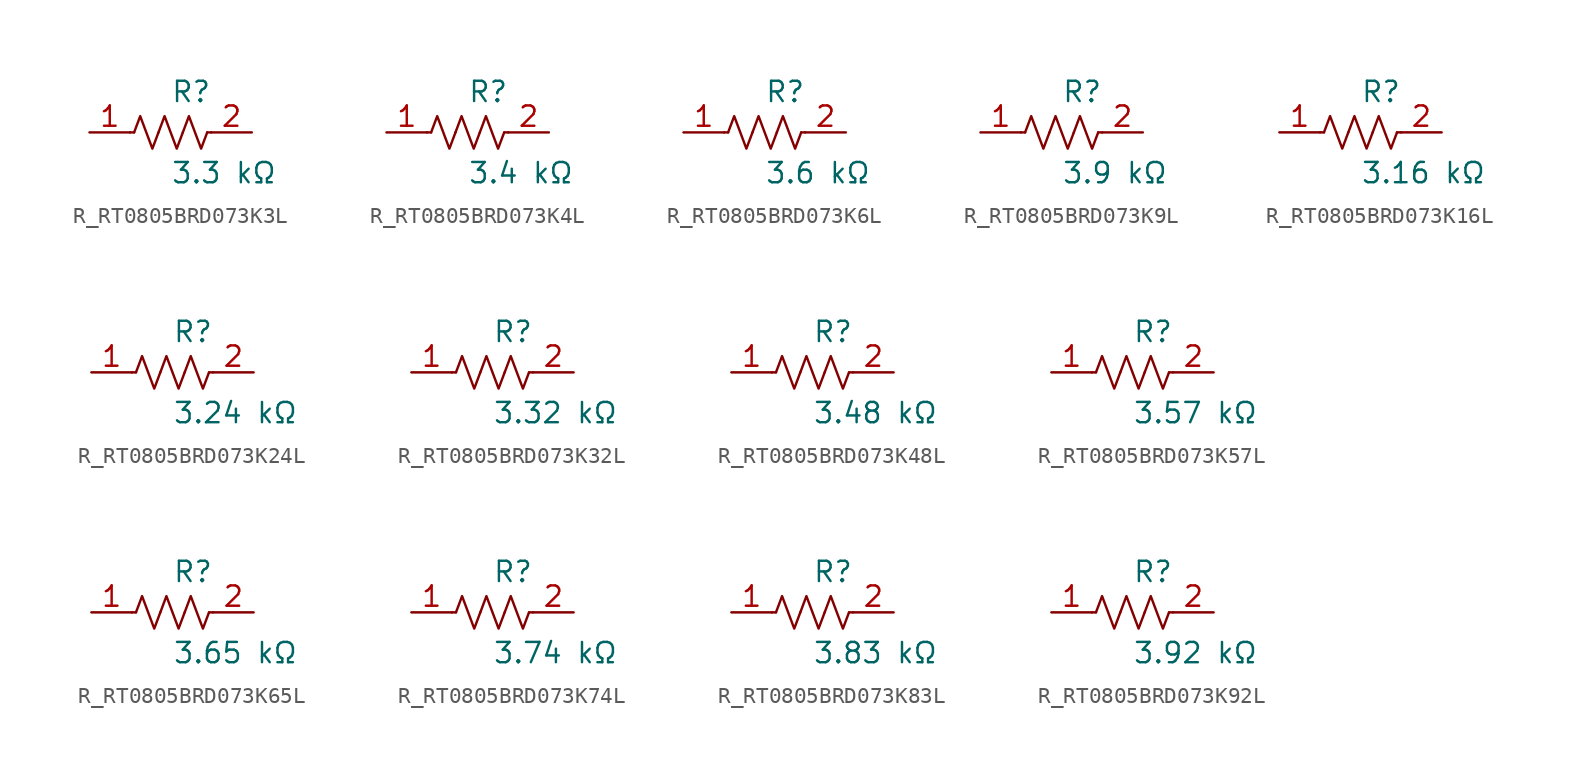
<source format=kicad_sym>
(kicad_symbol_lib
  (version 20231120)
  (generator kicad_symbol_editor)
  (generator_version 8.0)
  (symbol "R_RT0805BRD073K3L"
    (pin_names
      (offset 0.254))
    (property "Reference" "R"
      (at 0.0 2.54 0)
      (effects (font (size 1.27 1.27)) (justify left)))
    (property "Value" "3.3 kΩ"
      (at 0.0 -2.54 0)
      (effects (font (size 1.27 1.27)) (justify left)))
    (symbol "R_RT0805BRD073K3L_0_1"
      (polyline (pts (xy 2.286 0) (xy 2.54 0)) (stroke (width 0) (type default)) (fill (type none)))
      (polyline (pts (xy -2.286 0) (xy -2.54 0)) (stroke (width 0) (type default)) (fill (type none)))
      (polyline (pts (xy 0.762 0) (xy 1.143 1.016) (xy 1.524 0) (xy 1.905 -1.016) (xy 2.286 0)) (stroke (width 0) (type default)) (fill (type none)))
      (polyline (pts (xy -0.762 0) (xy -0.381 1.016) (xy 0 0) (xy 0.381 -1.016) (xy 0.762 0)) (stroke (width 0) (type default)) (fill (type none)))
      (polyline (pts (xy -2.286 0) (xy -1.905 1.016) (xy -1.524 0) (xy -1.143 -1.016) (xy -0.762 0)) (stroke (width 0) (type default)) (fill (type none))))
    (pin unspecified line
      (at -5.08 0 0)
      (length 2.54)
      (name "" (effects (font (size 1.27 1.27))))
      (number "1" (effects (font (size 1.27 1.27)))))
    (pin unspecified line
      (at 5.08 0 180)
      (length 2.54)
      (name "" (effects (font (size 1.27 1.27))))
      (number "2" (effects (font (size 1.27 1.27))))))
  (symbol "R_RT0805BRD073K4L"
    (pin_names
      (offset 0.254))
    (property "Reference" "R"
      (at 0.0 2.54 0)
      (effects (font (size 1.27 1.27)) (justify left)))
    (property "Value" "3.4 kΩ"
      (at 0.0 -2.54 0)
      (effects (font (size 1.27 1.27)) (justify left)))
    (symbol "R_RT0805BRD073K4L_0_1"
      (polyline (pts (xy 2.286 0) (xy 2.54 0)) (stroke (width 0) (type default)) (fill (type none)))
      (polyline (pts (xy -2.286 0) (xy -2.54 0)) (stroke (width 0) (type default)) (fill (type none)))
      (polyline (pts (xy 0.762 0) (xy 1.143 1.016) (xy 1.524 0) (xy 1.905 -1.016) (xy 2.286 0)) (stroke (width 0) (type default)) (fill (type none)))
      (polyline (pts (xy -0.762 0) (xy -0.381 1.016) (xy 0 0) (xy 0.381 -1.016) (xy 0.762 0)) (stroke (width 0) (type default)) (fill (type none)))
      (polyline (pts (xy -2.286 0) (xy -1.905 1.016) (xy -1.524 0) (xy -1.143 -1.016) (xy -0.762 0)) (stroke (width 0) (type default)) (fill (type none))))
    (pin unspecified line
      (at -5.08 0 0)
      (length 2.54)
      (name "" (effects (font (size 1.27 1.27))))
      (number "1" (effects (font (size 1.27 1.27)))))
    (pin unspecified line
      (at 5.08 0 180)
      (length 2.54)
      (name "" (effects (font (size 1.27 1.27))))
      (number "2" (effects (font (size 1.27 1.27))))))
  (symbol "R_RT0805BRD073K6L"
    (pin_names
      (offset 0.254))
    (property "Reference" "R"
      (at 0.0 2.54 0)
      (effects (font (size 1.27 1.27)) (justify left)))
    (property "Value" "3.6 kΩ"
      (at 0.0 -2.54 0)
      (effects (font (size 1.27 1.27)) (justify left)))
    (symbol "R_RT0805BRD073K6L_0_1"
      (polyline (pts (xy 2.286 0) (xy 2.54 0)) (stroke (width 0) (type default)) (fill (type none)))
      (polyline (pts (xy -2.286 0) (xy -2.54 0)) (stroke (width 0) (type default)) (fill (type none)))
      (polyline (pts (xy 0.762 0) (xy 1.143 1.016) (xy 1.524 0) (xy 1.905 -1.016) (xy 2.286 0)) (stroke (width 0) (type default)) (fill (type none)))
      (polyline (pts (xy -0.762 0) (xy -0.381 1.016) (xy 0 0) (xy 0.381 -1.016) (xy 0.762 0)) (stroke (width 0) (type default)) (fill (type none)))
      (polyline (pts (xy -2.286 0) (xy -1.905 1.016) (xy -1.524 0) (xy -1.143 -1.016) (xy -0.762 0)) (stroke (width 0) (type default)) (fill (type none))))
    (pin unspecified line
      (at -5.08 0 0)
      (length 2.54)
      (name "" (effects (font (size 1.27 1.27))))
      (number "1" (effects (font (size 1.27 1.27)))))
    (pin unspecified line
      (at 5.08 0 180)
      (length 2.54)
      (name "" (effects (font (size 1.27 1.27))))
      (number "2" (effects (font (size 1.27 1.27))))))
  (symbol "R_RT0805BRD073K9L"
    (pin_names
      (offset 0.254))
    (property "Reference" "R"
      (at 0.0 2.54 0)
      (effects (font (size 1.27 1.27)) (justify left)))
    (property "Value" "3.9 kΩ"
      (at 0.0 -2.54 0)
      (effects (font (size 1.27 1.27)) (justify left)))
    (symbol "R_RT0805BRD073K9L_0_1"
      (polyline (pts (xy 2.286 0) (xy 2.54 0)) (stroke (width 0) (type default)) (fill (type none)))
      (polyline (pts (xy -2.286 0) (xy -2.54 0)) (stroke (width 0) (type default)) (fill (type none)))
      (polyline (pts (xy 0.762 0) (xy 1.143 1.016) (xy 1.524 0) (xy 1.905 -1.016) (xy 2.286 0)) (stroke (width 0) (type default)) (fill (type none)))
      (polyline (pts (xy -0.762 0) (xy -0.381 1.016) (xy 0 0) (xy 0.381 -1.016) (xy 0.762 0)) (stroke (width 0) (type default)) (fill (type none)))
      (polyline (pts (xy -2.286 0) (xy -1.905 1.016) (xy -1.524 0) (xy -1.143 -1.016) (xy -0.762 0)) (stroke (width 0) (type default)) (fill (type none))))
    (pin unspecified line
      (at -5.08 0 0)
      (length 2.54)
      (name "" (effects (font (size 1.27 1.27))))
      (number "1" (effects (font (size 1.27 1.27)))))
    (pin unspecified line
      (at 5.08 0 180)
      (length 2.54)
      (name "" (effects (font (size 1.27 1.27))))
      (number "2" (effects (font (size 1.27 1.27))))))
  (symbol "R_RT0805BRD073K16L"
    (pin_names
      (offset 0.254))
    (property "Reference" "R"
      (at 0.0 2.54 0)
      (effects (font (size 1.27 1.27)) (justify left)))
    (property "Value" "3.16 kΩ"
      (at 0.0 -2.54 0)
      (effects (font (size 1.27 1.27)) (justify left)))
    (symbol "R_RT0805BRD073K16L_0_1"
      (polyline (pts (xy 2.286 0) (xy 2.54 0)) (stroke (width 0) (type default)) (fill (type none)))
      (polyline (pts (xy -2.286 0) (xy -2.54 0)) (stroke (width 0) (type default)) (fill (type none)))
      (polyline (pts (xy 0.762 0) (xy 1.143 1.016) (xy 1.524 0) (xy 1.905 -1.016) (xy 2.286 0)) (stroke (width 0) (type default)) (fill (type none)))
      (polyline (pts (xy -0.762 0) (xy -0.381 1.016) (xy 0 0) (xy 0.381 -1.016) (xy 0.762 0)) (stroke (width 0) (type default)) (fill (type none)))
      (polyline (pts (xy -2.286 0) (xy -1.905 1.016) (xy -1.524 0) (xy -1.143 -1.016) (xy -0.762 0)) (stroke (width 0) (type default)) (fill (type none))))
    (pin unspecified line
      (at -5.08 0 0)
      (length 2.54)
      (name "" (effects (font (size 1.27 1.27))))
      (number "1" (effects (font (size 1.27 1.27)))))
    (pin unspecified line
      (at 5.08 0 180)
      (length 2.54)
      (name "" (effects (font (size 1.27 1.27))))
      (number "2" (effects (font (size 1.27 1.27))))))
  (symbol "R_RT0805BRD073K24L"
    (pin_names
      (offset 0.254))
    (property "Reference" "R"
      (at 0.0 2.54 0)
      (effects (font (size 1.27 1.27)) (justify left)))
    (property "Value" "3.24 kΩ"
      (at 0.0 -2.54 0)
      (effects (font (size 1.27 1.27)) (justify left)))
    (symbol "R_RT0805BRD073K24L_0_1"
      (polyline (pts (xy 2.286 0) (xy 2.54 0)) (stroke (width 0) (type default)) (fill (type none)))
      (polyline (pts (xy -2.286 0) (xy -2.54 0)) (stroke (width 0) (type default)) (fill (type none)))
      (polyline (pts (xy 0.762 0) (xy 1.143 1.016) (xy 1.524 0) (xy 1.905 -1.016) (xy 2.286 0)) (stroke (width 0) (type default)) (fill (type none)))
      (polyline (pts (xy -0.762 0) (xy -0.381 1.016) (xy 0 0) (xy 0.381 -1.016) (xy 0.762 0)) (stroke (width 0) (type default)) (fill (type none)))
      (polyline (pts (xy -2.286 0) (xy -1.905 1.016) (xy -1.524 0) (xy -1.143 -1.016) (xy -0.762 0)) (stroke (width 0) (type default)) (fill (type none))))
    (pin unspecified line
      (at -5.08 0 0)
      (length 2.54)
      (name "" (effects (font (size 1.27 1.27))))
      (number "1" (effects (font (size 1.27 1.27)))))
    (pin unspecified line
      (at 5.08 0 180)
      (length 2.54)
      (name "" (effects (font (size 1.27 1.27))))
      (number "2" (effects (font (size 1.27 1.27))))))
  (symbol "R_RT0805BRD073K32L"
    (pin_names
      (offset 0.254))
    (property "Reference" "R"
      (at 0.0 2.54 0)
      (effects (font (size 1.27 1.27)) (justify left)))
    (property "Value" "3.32 kΩ"
      (at 0.0 -2.54 0)
      (effects (font (size 1.27 1.27)) (justify left)))
    (symbol "R_RT0805BRD073K32L_0_1"
      (polyline (pts (xy 2.286 0) (xy 2.54 0)) (stroke (width 0) (type default)) (fill (type none)))
      (polyline (pts (xy -2.286 0) (xy -2.54 0)) (stroke (width 0) (type default)) (fill (type none)))
      (polyline (pts (xy 0.762 0) (xy 1.143 1.016) (xy 1.524 0) (xy 1.905 -1.016) (xy 2.286 0)) (stroke (width 0) (type default)) (fill (type none)))
      (polyline (pts (xy -0.762 0) (xy -0.381 1.016) (xy 0 0) (xy 0.381 -1.016) (xy 0.762 0)) (stroke (width 0) (type default)) (fill (type none)))
      (polyline (pts (xy -2.286 0) (xy -1.905 1.016) (xy -1.524 0) (xy -1.143 -1.016) (xy -0.762 0)) (stroke (width 0) (type default)) (fill (type none))))
    (pin unspecified line
      (at -5.08 0 0)
      (length 2.54)
      (name "" (effects (font (size 1.27 1.27))))
      (number "1" (effects (font (size 1.27 1.27)))))
    (pin unspecified line
      (at 5.08 0 180)
      (length 2.54)
      (name "" (effects (font (size 1.27 1.27))))
      (number "2" (effects (font (size 1.27 1.27))))))
  (symbol "R_RT0805BRD073K48L"
    (pin_names
      (offset 0.254))
    (property "Reference" "R"
      (at 0.0 2.54 0)
      (effects (font (size 1.27 1.27)) (justify left)))
    (property "Value" "3.48 kΩ"
      (at 0.0 -2.54 0)
      (effects (font (size 1.27 1.27)) (justify left)))
    (symbol "R_RT0805BRD073K48L_0_1"
      (polyline (pts (xy 2.286 0) (xy 2.54 0)) (stroke (width 0) (type default)) (fill (type none)))
      (polyline (pts (xy -2.286 0) (xy -2.54 0)) (stroke (width 0) (type default)) (fill (type none)))
      (polyline (pts (xy 0.762 0) (xy 1.143 1.016) (xy 1.524 0) (xy 1.905 -1.016) (xy 2.286 0)) (stroke (width 0) (type default)) (fill (type none)))
      (polyline (pts (xy -0.762 0) (xy -0.381 1.016) (xy 0 0) (xy 0.381 -1.016) (xy 0.762 0)) (stroke (width 0) (type default)) (fill (type none)))
      (polyline (pts (xy -2.286 0) (xy -1.905 1.016) (xy -1.524 0) (xy -1.143 -1.016) (xy -0.762 0)) (stroke (width 0) (type default)) (fill (type none))))
    (pin unspecified line
      (at -5.08 0 0)
      (length 2.54)
      (name "" (effects (font (size 1.27 1.27))))
      (number "1" (effects (font (size 1.27 1.27)))))
    (pin unspecified line
      (at 5.08 0 180)
      (length 2.54)
      (name "" (effects (font (size 1.27 1.27))))
      (number "2" (effects (font (size 1.27 1.27))))))
  (symbol "R_RT0805BRD073K57L"
    (pin_names
      (offset 0.254))
    (property "Reference" "R"
      (at 0.0 2.54 0)
      (effects (font (size 1.27 1.27)) (justify left)))
    (property "Value" "3.57 kΩ"
      (at 0.0 -2.54 0)
      (effects (font (size 1.27 1.27)) (justify left)))
    (symbol "R_RT0805BRD073K57L_0_1"
      (polyline (pts (xy 2.286 0) (xy 2.54 0)) (stroke (width 0) (type default)) (fill (type none)))
      (polyline (pts (xy -2.286 0) (xy -2.54 0)) (stroke (width 0) (type default)) (fill (type none)))
      (polyline (pts (xy 0.762 0) (xy 1.143 1.016) (xy 1.524 0) (xy 1.905 -1.016) (xy 2.286 0)) (stroke (width 0) (type default)) (fill (type none)))
      (polyline (pts (xy -0.762 0) (xy -0.381 1.016) (xy 0 0) (xy 0.381 -1.016) (xy 0.762 0)) (stroke (width 0) (type default)) (fill (type none)))
      (polyline (pts (xy -2.286 0) (xy -1.905 1.016) (xy -1.524 0) (xy -1.143 -1.016) (xy -0.762 0)) (stroke (width 0) (type default)) (fill (type none))))
    (pin unspecified line
      (at -5.08 0 0)
      (length 2.54)
      (name "" (effects (font (size 1.27 1.27))))
      (number "1" (effects (font (size 1.27 1.27)))))
    (pin unspecified line
      (at 5.08 0 180)
      (length 2.54)
      (name "" (effects (font (size 1.27 1.27))))
      (number "2" (effects (font (size 1.27 1.27))))))
  (symbol "R_RT0805BRD073K65L"
    (pin_names
      (offset 0.254))
    (property "Reference" "R"
      (at 0.0 2.54 0)
      (effects (font (size 1.27 1.27)) (justify left)))
    (property "Value" "3.65 kΩ"
      (at 0.0 -2.54 0)
      (effects (font (size 1.27 1.27)) (justify left)))
    (symbol "R_RT0805BRD073K65L_0_1"
      (polyline (pts (xy 2.286 0) (xy 2.54 0)) (stroke (width 0) (type default)) (fill (type none)))
      (polyline (pts (xy -2.286 0) (xy -2.54 0)) (stroke (width 0) (type default)) (fill (type none)))
      (polyline (pts (xy 0.762 0) (xy 1.143 1.016) (xy 1.524 0) (xy 1.905 -1.016) (xy 2.286 0)) (stroke (width 0) (type default)) (fill (type none)))
      (polyline (pts (xy -0.762 0) (xy -0.381 1.016) (xy 0 0) (xy 0.381 -1.016) (xy 0.762 0)) (stroke (width 0) (type default)) (fill (type none)))
      (polyline (pts (xy -2.286 0) (xy -1.905 1.016) (xy -1.524 0) (xy -1.143 -1.016) (xy -0.762 0)) (stroke (width 0) (type default)) (fill (type none))))
    (pin unspecified line
      (at -5.08 0 0)
      (length 2.54)
      (name "" (effects (font (size 1.27 1.27))))
      (number "1" (effects (font (size 1.27 1.27)))))
    (pin unspecified line
      (at 5.08 0 180)
      (length 2.54)
      (name "" (effects (font (size 1.27 1.27))))
      (number "2" (effects (font (size 1.27 1.27))))))
  (symbol "R_RT0805BRD073K74L"
    (pin_names
      (offset 0.254))
    (property "Reference" "R"
      (at 0.0 2.54 0)
      (effects (font (size 1.27 1.27)) (justify left)))
    (property "Value" "3.74 kΩ"
      (at 0.0 -2.54 0)
      (effects (font (size 1.27 1.27)) (justify left)))
    (symbol "R_RT0805BRD073K74L_0_1"
      (polyline (pts (xy 2.286 0) (xy 2.54 0)) (stroke (width 0) (type default)) (fill (type none)))
      (polyline (pts (xy -2.286 0) (xy -2.54 0)) (stroke (width 0) (type default)) (fill (type none)))
      (polyline (pts (xy 0.762 0) (xy 1.143 1.016) (xy 1.524 0) (xy 1.905 -1.016) (xy 2.286 0)) (stroke (width 0) (type default)) (fill (type none)))
      (polyline (pts (xy -0.762 0) (xy -0.381 1.016) (xy 0 0) (xy 0.381 -1.016) (xy 0.762 0)) (stroke (width 0) (type default)) (fill (type none)))
      (polyline (pts (xy -2.286 0) (xy -1.905 1.016) (xy -1.524 0) (xy -1.143 -1.016) (xy -0.762 0)) (stroke (width 0) (type default)) (fill (type none))))
    (pin unspecified line
      (at -5.08 0 0)
      (length 2.54)
      (name "" (effects (font (size 1.27 1.27))))
      (number "1" (effects (font (size 1.27 1.27)))))
    (pin unspecified line
      (at 5.08 0 180)
      (length 2.54)
      (name "" (effects (font (size 1.27 1.27))))
      (number "2" (effects (font (size 1.27 1.27))))))
  (symbol "R_RT0805BRD073K83L"
    (pin_names
      (offset 0.254))
    (property "Reference" "R"
      (at 0.0 2.54 0)
      (effects (font (size 1.27 1.27)) (justify left)))
    (property "Value" "3.83 kΩ"
      (at 0.0 -2.54 0)
      (effects (font (size 1.27 1.27)) (justify left)))
    (symbol "R_RT0805BRD073K83L_0_1"
      (polyline (pts (xy 2.286 0) (xy 2.54 0)) (stroke (width 0) (type default)) (fill (type none)))
      (polyline (pts (xy -2.286 0) (xy -2.54 0)) (stroke (width 0) (type default)) (fill (type none)))
      (polyline (pts (xy 0.762 0) (xy 1.143 1.016) (xy 1.524 0) (xy 1.905 -1.016) (xy 2.286 0)) (stroke (width 0) (type default)) (fill (type none)))
      (polyline (pts (xy -0.762 0) (xy -0.381 1.016) (xy 0 0) (xy 0.381 -1.016) (xy 0.762 0)) (stroke (width 0) (type default)) (fill (type none)))
      (polyline (pts (xy -2.286 0) (xy -1.905 1.016) (xy -1.524 0) (xy -1.143 -1.016) (xy -0.762 0)) (stroke (width 0) (type default)) (fill (type none))))
    (pin unspecified line
      (at -5.08 0 0)
      (length 2.54)
      (name "" (effects (font (size 1.27 1.27))))
      (number "1" (effects (font (size 1.27 1.27)))))
    (pin unspecified line
      (at 5.08 0 180)
      (length 2.54)
      (name "" (effects (font (size 1.27 1.27))))
      (number "2" (effects (font (size 1.27 1.27))))))
  (symbol "R_RT0805BRD073K92L"
    (pin_names
      (offset 0.254))
    (property "Reference" "R"
      (at 0.0 2.54 0)
      (effects (font (size 1.27 1.27)) (justify left)))
    (property "Value" "3.92 kΩ"
      (at 0.0 -2.54 0)
      (effects (font (size 1.27 1.27)) (justify left)))
    (symbol "R_RT0805BRD073K92L_0_1"
      (polyline (pts (xy 2.286 0) (xy 2.54 0)) (stroke (width 0) (type default)) (fill (type none)))
      (polyline (pts (xy -2.286 0) (xy -2.54 0)) (stroke (width 0) (type default)) (fill (type none)))
      (polyline (pts (xy 0.762 0) (xy 1.143 1.016) (xy 1.524 0) (xy 1.905 -1.016) (xy 2.286 0)) (stroke (width 0) (type default)) (fill (type none)))
      (polyline (pts (xy -0.762 0) (xy -0.381 1.016) (xy 0 0) (xy 0.381 -1.016) (xy 0.762 0)) (stroke (width 0) (type default)) (fill (type none)))
      (polyline (pts (xy -2.286 0) (xy -1.905 1.016) (xy -1.524 0) (xy -1.143 -1.016) (xy -0.762 0)) (stroke (width 0) (type default)) (fill (type none))))
    (pin unspecified line
      (at -5.08 0 0)
      (length 2.54)
      (name "" (effects (font (size 1.27 1.27))))
      (number "1" (effects (font (size 1.27 1.27)))))
    (pin unspecified line
      (at 5.08 0 180)
      (length 2.54)
      (name "" (effects (font (size 1.27 1.27))))
      (number "2" (effects (font (size 1.27 1.27)))))))
</source>
